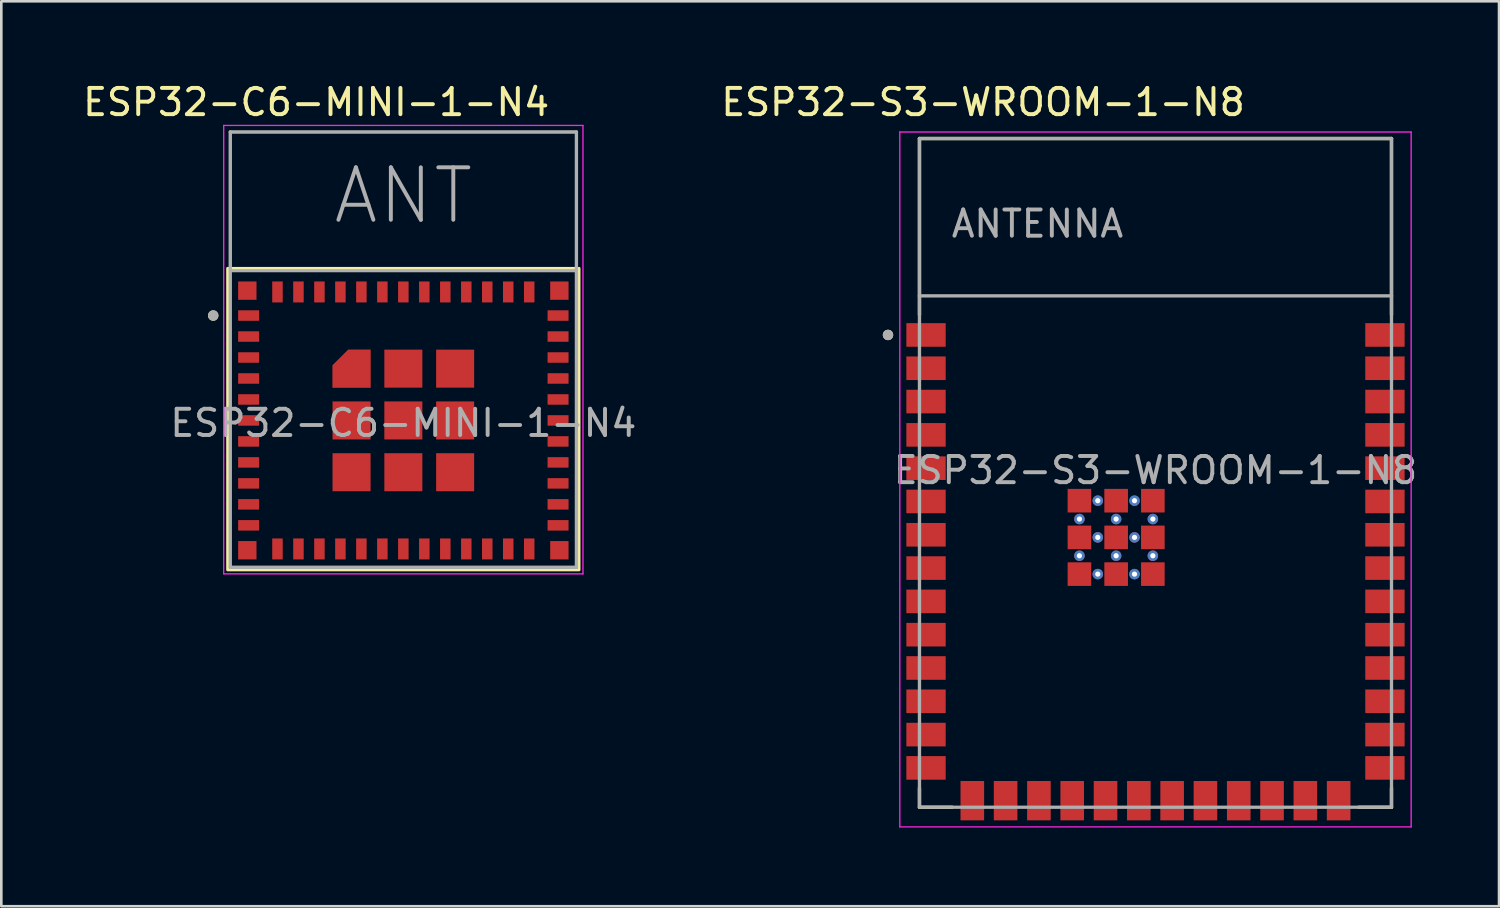
<source format=kicad_pcb>
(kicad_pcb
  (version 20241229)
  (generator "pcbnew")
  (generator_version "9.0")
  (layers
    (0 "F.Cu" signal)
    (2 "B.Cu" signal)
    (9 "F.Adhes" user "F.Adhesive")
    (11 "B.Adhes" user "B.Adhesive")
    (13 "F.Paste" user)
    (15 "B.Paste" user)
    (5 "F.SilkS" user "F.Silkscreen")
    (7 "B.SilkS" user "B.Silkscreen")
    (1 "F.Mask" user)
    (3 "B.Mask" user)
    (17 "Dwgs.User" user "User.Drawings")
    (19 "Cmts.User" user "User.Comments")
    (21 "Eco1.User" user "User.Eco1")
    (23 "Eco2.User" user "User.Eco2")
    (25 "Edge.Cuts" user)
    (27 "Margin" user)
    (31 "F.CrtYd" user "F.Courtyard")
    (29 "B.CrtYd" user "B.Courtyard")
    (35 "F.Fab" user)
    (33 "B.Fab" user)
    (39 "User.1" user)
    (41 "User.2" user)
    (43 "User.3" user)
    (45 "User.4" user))
  (footprint "ESP32-S3-WROOM-1-N8"
    (layer "F.Cu")
    (at 41.013 14.983)
    (property "Reference" "ESP32-S3-WROOM-1-N8" (at -6.575 -14.135 0) (layer "F.SilkS") (effects (font (size 1 1) (thickness 0.15))))
    (attr smd)
    (fp_line (start -9 -12.75) (end 9 -12.75) (stroke (width 0.127) (type solid)) (layer "F.SilkS"))
    (fp_line (start -9 -6.03) (end -9 -12.75) (stroke (width 0.127) (type solid)) (layer "F.SilkS"))
    (fp_line (start -9 12.02) (end -9 12.75) (stroke (width 0.127) (type solid)) (layer "F.SilkS"))
    (fp_line (start -9 12.75) (end -7.755 12.75) (stroke (width 0.127) (type solid)) (layer "F.SilkS"))
    (fp_line (start 9 -12.75) (end 9 -6.03) (stroke (width 0.127) (type solid)) (layer "F.SilkS"))
    (fp_line (start 9 12.02) (end 9 12.75) (stroke (width 0.127) (type solid)) (layer "F.SilkS"))
    (fp_line (start 9 12.75) (end 7.755 12.75) (stroke (width 0.127) (type solid)) (layer "F.SilkS"))
    (fp_circle (center -10.2 -5.26) (end -10.1 -5.26) (stroke (width 0.2) (type solid)) (fill no) (layer "F.SilkS"))
    (fp_line (start -9.75 -13) (end 9.75 -13) (stroke (width 0.05) (type solid)) (layer "F.CrtYd"))
    (fp_line (start -9.75 13.5) (end -9.75 -13) (stroke (width 0.05) (type solid)) (layer "F.CrtYd"))
    (fp_line (start -9.75 13.5) (end 9.75 13.5) (stroke (width 0.05) (type solid)) (layer "F.CrtYd"))
    (fp_line (start 9.75 -13) (end 9.75 13.5) (stroke (width 0.05) (type solid)) (layer "F.CrtYd"))
    (fp_line (start -9 -12.75) (end 9 -12.75) (stroke (width 0.127) (type solid)) (layer "F.Fab"))
    (fp_line (start -9 -6.75) (end -9 -12.75) (stroke (width 0.127) (type solid)) (layer "F.Fab"))
    (fp_line (start -9 -6.75) (end 9 -6.75) (stroke (width 0.127) (type solid)) (layer "F.Fab"))
    (fp_line (start -9 12.75) (end -9 -6.75) (stroke (width 0.127) (type solid)) (layer "F.Fab"))
    (fp_line (start 9 -12.75) (end 9 -6.75) (stroke (width 0.127) (type solid)) (layer "F.Fab"))
    (fp_line (start 9 -6.75) (end 9 12.75) (stroke (width 0.127) (type solid)) (layer "F.Fab"))
    (fp_line (start 9 12.75) (end -9 12.75) (stroke (width 0.127) (type solid)) (layer "F.Fab"))
    (fp_circle (center -10.2 -5.26) (end -10.1 -5.26) (stroke (width 0.2) (type solid)) (fill no) (layer "F.Fab"))
    (fp_text user "${REFERENCE}" (at 0 -0.1 0) (unlocked yes) (layer "F.Fab") (effects (font (size 1 1) (thickness 0.15))))
    (fp_text user "ANTENNA" (at -4.5 -9.5 0) (layer "F.Fab") (effects (font (size 1 1) (thickness 0.15))))
    (pad "1" smd rect (at -8.75 -5.26) (size 1.5 0.9) (layers "F.Cu" "F.Mask" "F.Paste"))
    (pad "2" smd rect (at -8.75 -3.99) (size 1.5 0.9) (layers "F.Cu" "F.Mask" "F.Paste"))
    (pad "3" smd rect (at -8.75 -2.72) (size 1.5 0.9) (layers "F.Cu" "F.Mask" "F.Paste"))
    (pad "4" smd rect (at -8.75 -1.45) (size 1.5 0.9) (layers "F.Cu" "F.Mask" "F.Paste"))
    (pad "5" smd rect (at -8.75 -0.18) (size 1.5 0.9) (layers "F.Cu" "F.Mask" "F.Paste"))
    (pad "6" smd rect (at -8.75 1.09) (size 1.5 0.9) (layers "F.Cu" "F.Mask" "F.Paste"))
    (pad "7" smd rect (at -8.75 2.36) (size 1.5 0.9) (layers "F.Cu" "F.Mask" "F.Paste"))
    (pad "8" smd rect (at -8.75 3.63) (size 1.5 0.9) (layers "F.Cu" "F.Mask" "F.Paste"))
    (pad "9" smd rect (at -8.75 4.9) (size 1.5 0.9) (layers "F.Cu" "F.Mask" "F.Paste"))
    (pad "10" smd rect (at -8.75 6.17) (size 1.5 0.9) (layers "F.Cu" "F.Mask" "F.Paste"))
    (pad "11" smd rect (at -8.75 7.44) (size 1.5 0.9) (layers "F.Cu" "F.Mask" "F.Paste"))
    (pad "12" smd rect (at -8.75 8.71) (size 1.5 0.9) (layers "F.Cu" "F.Mask" "F.Paste"))
    (pad "13" smd rect (at -8.75 9.98) (size 1.5 0.9) (layers "F.Cu" "F.Mask" "F.Paste"))
    (pad "14" smd rect (at -8.75 11.25) (size 1.5 0.9) (layers "F.Cu" "F.Mask" "F.Paste"))
    (pad "15" smd rect (at -6.985 12.5) (size 0.9 1.5) (layers "F.Cu" "F.Mask" "F.Paste"))
    (pad "16" smd rect (at -5.715 12.5) (size 0.9 1.5) (layers "F.Cu" "F.Mask" "F.Paste"))
    (pad "17" smd rect (at -4.445 12.5) (size 0.9 1.5) (layers "F.Cu" "F.Mask" "F.Paste"))
    (pad "18" smd rect (at -3.175 12.5) (size 0.9 1.5) (layers "F.Cu" "F.Mask" "F.Paste"))
    (pad "19" smd rect (at -1.905 12.5) (size 0.9 1.5) (layers "F.Cu" "F.Mask" "F.Paste"))
    (pad "20" smd rect (at -0.635 12.5) (size 0.9 1.5) (layers "F.Cu" "F.Mask" "F.Paste"))
    (pad "21" smd rect (at 0.635 12.5) (size 0.9 1.5) (layers "F.Cu" "F.Mask" "F.Paste"))
    (pad "22" smd rect (at 1.905 12.5) (size 0.9 1.5) (layers "F.Cu" "F.Mask" "F.Paste"))
    (pad "23" smd rect (at 3.175 12.5) (size 0.9 1.5) (layers "F.Cu" "F.Mask" "F.Paste"))
    (pad "24" smd rect (at 4.445 12.5) (size 0.9 1.5) (layers "F.Cu" "F.Mask" "F.Paste"))
    (pad "25" smd rect (at 5.715 12.5) (size 0.9 1.5) (layers "F.Cu" "F.Mask" "F.Paste"))
    (pad "26" smd rect (at 6.985 12.5) (size 0.9 1.5) (layers "F.Cu" "F.Mask" "F.Paste"))
    (pad "27" smd rect (at 8.75 11.25) (size 1.5 0.9) (layers "F.Cu" "F.Mask" "F.Paste"))
    (pad "28" smd rect (at 8.75 9.98) (size 1.5 0.9) (layers "F.Cu" "F.Mask" "F.Paste"))
    (pad "29" smd rect (at 8.75 8.71) (size 1.5 0.9) (layers "F.Cu" "F.Mask" "F.Paste"))
    (pad "30" smd rect (at 8.75 7.44) (size 1.5 0.9) (layers "F.Cu" "F.Mask" "F.Paste"))
    (pad "31" smd rect (at 8.75 6.17) (size 1.5 0.9) (layers "F.Cu" "F.Mask" "F.Paste"))
    (pad "32" smd rect (at 8.75 4.9) (size 1.5 0.9) (layers "F.Cu" "F.Mask" "F.Paste"))
    (pad "33" smd rect (at 8.75 3.63) (size 1.5 0.9) (layers "F.Cu" "F.Mask" "F.Paste"))
    (pad "34" smd rect (at 8.75 2.36) (size 1.5 0.9) (layers "F.Cu" "F.Mask" "F.Paste"))
    (pad "35" smd rect (at 8.75 1.09) (size 1.5 0.9) (layers "F.Cu" "F.Mask" "F.Paste"))
    (pad "36" smd rect (at 8.75 -0.18) (size 1.5 0.9) (layers "F.Cu" "F.Mask" "F.Paste"))
    (pad "37" smd rect (at 8.75 -1.45) (size 1.5 0.9) (layers "F.Cu" "F.Mask" "F.Paste"))
    (pad "38" smd rect (at 8.75 -2.72) (size 1.5 0.9) (layers "F.Cu" "F.Mask" "F.Paste"))
    (pad "39" smd rect (at 8.75 -3.99) (size 1.5 0.9) (layers "F.Cu" "F.Mask" "F.Paste"))
    (pad "40" smd rect (at 8.75 -5.26) (size 1.5 0.9) (layers "F.Cu" "F.Mask" "F.Paste"))
    (pad "41_1" smd rect (at -1.5 2.46) (size 0.9 0.9) (layers "F.Cu" "F.Mask" "F.Paste"))
    (pad "41_2" smd rect (at -2.9 2.46) (size 0.9 0.9) (layers "F.Cu" "F.Mask" "F.Paste"))
    (pad "41_3" smd rect (at -0.1 2.46) (size 0.9 0.9) (layers "F.Cu" "F.Mask" "F.Paste"))
    (pad "41_4" smd rect (at -2.9 3.86) (size 0.9 0.9) (layers "F.Cu" "F.Mask" "F.Paste"))
    (pad "41_5" smd rect (at -1.5 3.86) (size 0.9 0.9) (layers "F.Cu" "F.Mask" "F.Paste"))
    (pad "41_6" smd rect (at -0.1 3.86) (size 0.9 0.9) (layers "F.Cu" "F.Mask" "F.Paste"))
    (pad "41_7" smd rect (at -2.9 1.06) (size 0.9 0.9) (layers "F.Cu" "F.Mask" "F.Paste"))
    (pad "41_8" smd rect (at -1.5 1.06) (size 0.9 0.9) (layers "F.Cu" "F.Mask" "F.Paste"))
    (pad "41_9" smd rect (at -0.1 1.06) (size 0.9 0.9) (layers "F.Cu" "F.Mask" "F.Paste"))
    (pad "41_10" thru_hole circle (at -1.5 1.76) (size 0.4 0.4) (drill 0.2) (layers "*.Cu"))
    (pad "41_11" thru_hole circle (at -2.9 1.76) (size 0.4 0.4) (drill 0.2) (layers "*.Cu"))
    (pad "41_12" thru_hole circle (at -0.1 1.76) (size 0.4 0.4) (drill 0.2) (layers "*.Cu"))
    (pad "41_13" thru_hole circle (at -2.9 3.16) (size 0.4 0.4) (drill 0.2) (layers "*.Cu"))
    (pad "41_14" thru_hole circle (at -1.5 3.16) (size 0.4 0.4) (drill 0.2) (layers "*.Cu"))
    (pad "41_15" thru_hole circle (at -0.1 3.16) (size 0.4 0.4) (drill 0.2) (layers "*.Cu"))
    (pad "41_16" thru_hole circle (at -2.2 1.06) (size 0.4 0.4) (drill 0.2) (layers "*.Cu"))
    (pad "41_17" thru_hole circle (at -0.8 1.06) (size 0.4 0.4) (drill 0.2) (layers "*.Cu"))
    (pad "41_18" thru_hole circle (at -2.2 2.46) (size 0.4 0.4) (drill 0.2) (layers "*.Cu"))
    (pad "41_19" thru_hole circle (at -0.8 2.46) (size 0.4 0.4) (drill 0.2) (layers "*.Cu"))
    (pad "41_20" thru_hole circle (at -2.2 3.86) (size 0.4 0.4) (drill 0.2) (layers "*.Cu"))
    (pad "41_21" thru_hole circle (at -0.8 3.86) (size 0.4 0.4) (drill 0.2) (layers "*.Cu")))
  (footprint "ESP32-C6-MINI-1-N4"
    (layer "F.Cu")
    (at 12.331 12.983)
    (property "Reference" "ESP32-C6-MINI-1-N4" (at -3.325 -12.135 0) (layer "F.SilkS") (effects (font (size 1 1) (thickness 0.15))))
    (attr smd)
    (fp_poly (pts (xy -2.8 -1.15) (xy -1.15 -1.15) (xy -1.15 -2.8) (xy -2.15 -2.8) (xy -2.8 -2.15)) (stroke (width 0.01) (type solid)) (fill yes) (layer "F.Mask"))
    (fp_rect (start -6.7 -5.8) (end 6.7 5.7) (stroke (width 0.11) (type default)) (fill no) (layer "F.SilkS"))
    (fp_circle (center -7.25 -4) (end -7.15 -4) (stroke (width 0.2) (type solid)) (fill no) (layer "F.SilkS"))
    (fp_poly (pts (xy -2.7 -1.25) (xy -1.25 -1.25) (xy -1.25 -2.7) (xy -2.1 -2.7) (xy -2.7 -2.1)) (stroke (width 0.01) (type solid)) (fill yes) (layer "F.Paste"))
    (fp_line (start -6.85 -11.25) (end -6.85 5.85) (stroke (width 0.05) (type solid)) (layer "F.CrtYd"))
    (fp_line (start -6.85 5.85) (end 6.85 5.85) (stroke (width 0.05) (type solid)) (layer "F.CrtYd"))
    (fp_line (start 6.85 -11.25) (end -6.85 -11.25) (stroke (width 0.05) (type solid)) (layer "F.CrtYd"))
    (fp_line (start 6.85 5.85) (end 6.85 -11.25) (stroke (width 0.05) (type solid)) (layer "F.CrtYd"))
    (fp_line (start -6.6 -11) (end 6.6 -11) (stroke (width 0.127) (type solid)) (layer "F.Fab"))
    (fp_line (start -6.6 5.6) (end -6.6 -11) (stroke (width 0.127) (type solid)) (layer "F.Fab"))
    (fp_line (start 6.6 -11) (end 6.6 5.6) (stroke (width 0.127) (type solid)) (layer "F.Fab"))
    (fp_line (start 6.6 5.6) (end -6.6 5.6) (stroke (width 0.127) (type solid)) (layer "F.Fab"))
    (fp_rect (start -6.6 -11) (end 6.6 -5.7) (stroke (width 0.1) (type default)) (fill no) (layer "F.Fab"))
    (fp_circle (center -7.25 -4) (end -7.15 -4) (stroke (width 0.2) (type solid)) (fill no) (layer "F.Fab"))
    (fp_text user "${REFERENCE}" (at 0 0.1 0) (unlocked yes) (layer "F.Fab") (effects (font (size 1 1) (thickness 0.15))))
    (fp_text user "ANT" (at 0 -7.4 0) (unlocked yes) (layer "F.Fab") (effects (font (size 2 2) (thickness 0.15)) (justify bottom)))
    (pad "1" smd rect (at -5.9 -4) (size 0.8 0.4) (layers "F.Cu" "F.Mask" "F.Paste"))
    (pad "2" smd rect (at -5.9 -3.2) (size 0.8 0.4) (layers "F.Cu" "F.Mask" "F.Paste"))
    (pad "3" smd rect (at -5.9 -2.4) (size 0.8 0.4) (layers "F.Cu" "F.Mask" "F.Paste"))
    (pad "4" smd rect (at -5.9 -1.6) (size 0.8 0.4) (layers "F.Cu" "F.Mask" "F.Paste"))
    (pad "5" smd rect (at -5.9 -0.8) (size 0.8 0.4) (layers "F.Cu" "F.Mask" "F.Paste"))
    (pad "6" smd rect (at -5.9 0) (size 0.8 0.4) (layers "F.Cu" "F.Mask" "F.Paste"))
    (pad "7" smd rect (at -5.9 0.8) (size 0.8 0.4) (layers "F.Cu" "F.Mask" "F.Paste"))
    (pad "8" smd rect (at -5.9 1.6) (size 0.8 0.4) (layers "F.Cu" "F.Mask" "F.Paste"))
    (pad "9" smd rect (at -5.9 2.4) (size 0.8 0.4) (layers "F.Cu" "F.Mask" "F.Paste"))
    (pad "10" smd rect (at -5.9 3.2) (size 0.8 0.4) (layers "F.Cu" "F.Mask" "F.Paste"))
    (pad "11" smd rect (at -5.9 4) (size 0.8 0.4) (layers "F.Cu" "F.Mask" "F.Paste"))
    (pad "12" smd rect (at -4.8 4.9) (size 0.4 0.8) (layers "F.Cu" "F.Mask" "F.Paste"))
    (pad "13" smd rect (at -4 4.9) (size 0.4 0.8) (layers "F.Cu" "F.Mask" "F.Paste"))
    (pad "14" smd rect (at -3.2 4.9) (size 0.4 0.8) (layers "F.Cu" "F.Mask" "F.Paste"))
    (pad "15" smd rect (at -2.4 4.9) (size 0.4 0.8) (layers "F.Cu" "F.Mask" "F.Paste"))
    (pad "16" smd rect (at -1.6 4.9) (size 0.4 0.8) (layers "F.Cu" "F.Mask" "F.Paste"))
    (pad "17" smd rect (at -0.8 4.9) (size 0.4 0.8) (layers "F.Cu" "F.Mask" "F.Paste"))
    (pad "18" smd rect (at 0 4.9) (size 0.4 0.8) (layers "F.Cu" "F.Mask" "F.Paste"))
    (pad "19" smd rect (at 0.8 4.9) (size 0.4 0.8) (layers "F.Cu" "F.Mask" "F.Paste"))
    (pad "20" smd rect (at 1.6 4.9) (size 0.4 0.8) (layers "F.Cu" "F.Mask" "F.Paste"))
    (pad "21" smd rect (at 2.4 4.9) (size 0.4 0.8) (layers "F.Cu" "F.Mask" "F.Paste"))
    (pad "22" smd rect (at 3.2 4.9) (size 0.4 0.8) (layers "F.Cu" "F.Mask" "F.Paste"))
    (pad "23" smd rect (at 4 4.9) (size 0.4 0.8) (layers "F.Cu" "F.Mask" "F.Paste"))
    (pad "24" smd rect (at 4.8 4.9) (size 0.4 0.8) (layers "F.Cu" "F.Mask" "F.Paste"))
    (pad "25" smd rect (at 5.9 4) (size 0.8 0.4) (layers "F.Cu" "F.Mask" "F.Paste"))
    (pad "26" smd rect (at 5.9 3.2) (size 0.8 0.4) (layers "F.Cu" "F.Mask" "F.Paste"))
    (pad "27" smd rect (at 5.9 2.4) (size 0.8 0.4) (layers "F.Cu" "F.Mask" "F.Paste"))
    (pad "28" smd rect (at 5.9 1.6) (size 0.8 0.4) (layers "F.Cu" "F.Mask" "F.Paste"))
    (pad "29" smd rect (at 5.9 0.8) (size 0.8 0.4) (layers "F.Cu" "F.Mask" "F.Paste"))
    (pad "30" smd rect (at 5.9 0) (size 0.8 0.4) (layers "F.Cu" "F.Mask" "F.Paste"))
    (pad "31" smd rect (at 5.9 -0.8) (size 0.8 0.4) (layers "F.Cu" "F.Mask" "F.Paste"))
    (pad "32" smd rect (at 5.9 -1.6) (size 0.8 0.4) (layers "F.Cu" "F.Mask" "F.Paste"))
    (pad "33" smd rect (at 5.9 -2.4) (size 0.8 0.4) (layers "F.Cu" "F.Mask" "F.Paste"))
    (pad "34" smd rect (at 5.9 -3.2) (size 0.8 0.4) (layers "F.Cu" "F.Mask" "F.Paste"))
    (pad "35" smd rect (at 5.9 -4) (size 0.8 0.4) (layers "F.Cu" "F.Mask" "F.Paste"))
    (pad "36" smd rect (at 4.8 -4.9) (size 0.4 0.8) (layers "F.Cu" "F.Mask" "F.Paste"))
    (pad "37" smd rect (at 4 -4.9) (size 0.4 0.8) (layers "F.Cu" "F.Mask" "F.Paste"))
    (pad "38" smd rect (at 3.2 -4.9) (size 0.4 0.8) (layers "F.Cu" "F.Mask" "F.Paste"))
    (pad "39" smd rect (at 2.4 -4.9) (size 0.4 0.8) (layers "F.Cu" "F.Mask" "F.Paste"))
    (pad "40" smd rect (at 1.6 -4.9) (size 0.4 0.8) (layers "F.Cu" "F.Mask" "F.Paste"))
    (pad "41" smd rect (at 0.8 -4.9) (size 0.4 0.8) (layers "F.Cu" "F.Mask" "F.Paste"))
    (pad "42" smd rect (at 0 -4.9) (size 0.4 0.8) (layers "F.Cu" "F.Mask" "F.Paste"))
    (pad "43" smd rect (at -0.8 -4.9) (size 0.4 0.8) (layers "F.Cu" "F.Mask" "F.Paste"))
    (pad "44" smd rect (at -1.6 -4.9) (size 0.4 0.8) (layers "F.Cu" "F.Mask" "F.Paste"))
    (pad "45" smd rect (at -2.4 -4.9) (size 0.4 0.8) (layers "F.Cu" "F.Mask" "F.Paste"))
    (pad "46" smd rect (at -3.2 -4.9) (size 0.4 0.8) (layers "F.Cu" "F.Mask" "F.Paste"))
    (pad "47" smd rect (at -4 -4.9) (size 0.4 0.8) (layers "F.Cu" "F.Mask" "F.Paste"))
    (pad "48" smd rect (at -4.8 -4.9) (size 0.4 0.8) (layers "F.Cu" "F.Mask" "F.Paste"))
    (pad "49_1" smd custom (at -1.975 -1.975) (size 0.4 0.4) (layers "F.Cu") (options (anchor rect)) (primitives (gr_poly (pts (xy -0.725 0.725) (xy 0.725 0.725) (xy 0.725 -0.725) (xy -0.125 -0.725) (xy -0.725 -0.125)) (width 0.01) (fill yes))))
    (pad "49_2" smd rect (at 0 -1.975) (size 1.45 1.45) (layers "F.Cu" "F.Mask" "F.Paste"))
    (pad "49_3" smd rect (at 1.975 -1.975) (size 1.45 1.45) (layers "F.Cu" "F.Mask" "F.Paste"))
    (pad "49_4" smd rect (at -1.975 0) (size 1.45 1.45) (layers "F.Cu" "F.Mask" "F.Paste"))
    (pad "49_5" smd rect (at 0 0) (size 1.45 1.45) (layers "F.Cu" "F.Mask" "F.Paste"))
    (pad "49_6" smd rect (at 1.975 0) (size 1.45 1.45) (layers "F.Cu" "F.Mask" "F.Paste"))
    (pad "49_7" smd rect (at -1.975 1.975) (size 1.45 1.45) (layers "F.Cu" "F.Mask" "F.Paste"))
    (pad "49_8" smd rect (at 0 1.975) (size 1.45 1.45) (layers "F.Cu" "F.Mask" "F.Paste"))
    (pad "49_9" smd rect (at 1.975 1.975) (size 1.45 1.45) (layers "F.Cu" "F.Mask" "F.Paste"))
    (pad "50" smd rect (at 5.95 -4.95) (size 0.7 0.7) (layers "F.Cu" "F.Mask" "F.Paste"))
    (pad "51" smd rect (at 5.95 4.95) (size 0.7 0.7) (layers "F.Cu" "F.Mask" "F.Paste"))
    (pad "52" smd rect (at -5.95 4.95) (size 0.7 0.7) (layers "F.Cu" "F.Mask" "F.Paste"))
    (pad "53" smd rect (at -5.95 -4.95) (size 0.7 0.7) (layers "F.Cu" "F.Mask" "F.Paste")))
  (gr_rect
    (start -3 -3)
    (end 54.114 31.508)
    (stroke (width 0.1) (type default))
    (fill no)
    (layer "Edge.Cuts")))
</source>
